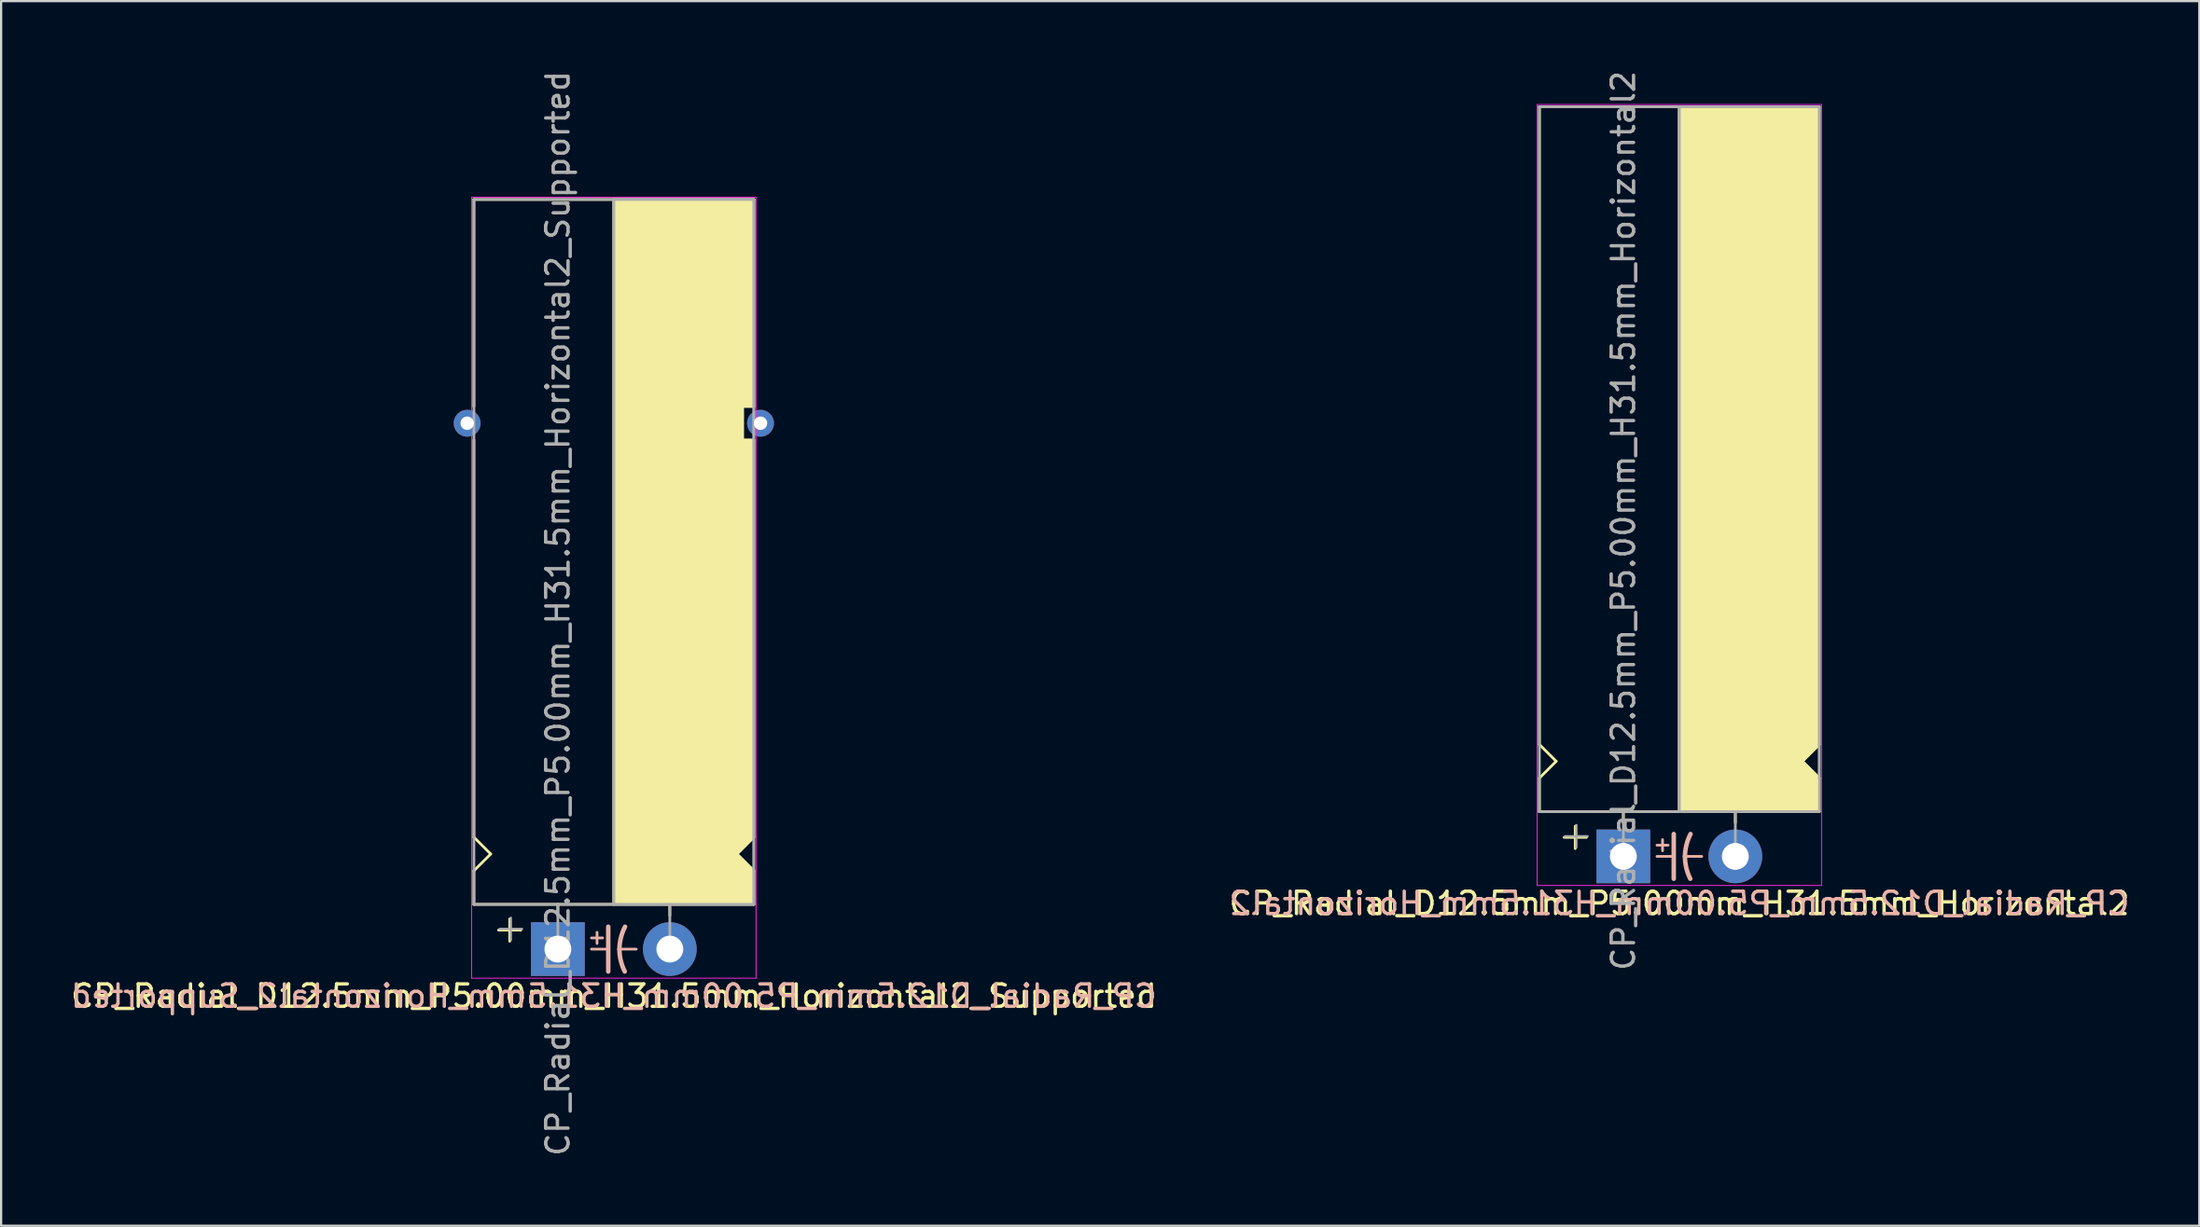
<source format=kicad_pcb>
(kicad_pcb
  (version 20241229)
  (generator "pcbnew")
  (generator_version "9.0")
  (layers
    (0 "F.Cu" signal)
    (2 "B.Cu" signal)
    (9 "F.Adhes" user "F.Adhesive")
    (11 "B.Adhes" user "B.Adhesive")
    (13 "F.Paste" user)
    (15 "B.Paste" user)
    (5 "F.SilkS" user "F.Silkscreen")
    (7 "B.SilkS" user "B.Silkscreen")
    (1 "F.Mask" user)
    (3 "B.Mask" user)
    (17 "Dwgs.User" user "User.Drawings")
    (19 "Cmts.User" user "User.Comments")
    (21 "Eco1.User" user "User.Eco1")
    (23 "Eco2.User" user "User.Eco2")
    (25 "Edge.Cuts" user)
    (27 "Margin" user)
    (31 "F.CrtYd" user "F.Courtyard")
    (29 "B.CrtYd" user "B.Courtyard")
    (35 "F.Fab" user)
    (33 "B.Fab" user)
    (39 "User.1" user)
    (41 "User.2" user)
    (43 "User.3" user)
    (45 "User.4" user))
  (footprint "CP_Radial_D12.5mm_P5.00mm_H31.5mm_Horizontal2"
    (layer "F.Cu")
    (at 69.446 35.22)
    (property "Reference" "CP_Radial_D12.5mm_P5.00mm_H31.5mm_Horizontal2" (at 2.5 2.1 180) (layer "F.SilkS") (effects (font (size 1 1) (thickness 0.15))))
    (fp_line (start -3.75 -5) (end -3.75 -33.5) (stroke (width 0.12) (type solid)) (layer "F.SilkS"))
    (fp_line (start -3.75 -3.5) (end -3 -4.25) (stroke (width 0.12) (type solid)) (layer "F.SilkS"))
    (fp_line (start -3.75 -2) (end -3.75 -3.5) (stroke (width 0.12) (type solid)) (layer "F.SilkS"))
    (fp_line (start -3 -4.25) (end -3.75 -5) (stroke (width 0.12) (type solid)) (layer "F.SilkS"))
    (fp_line (start -2.15 -1.35) (end -2.15 -0.35) (stroke (width 0.12) (type solid)) (layer "F.SilkS"))
    (fp_line (start -1.65 -0.85) (end -2.65 -0.85) (stroke (width 0.12) (type solid)) (layer "F.SilkS"))
    (fp_line (start 0 -1.5) (end 0 -2) (stroke (width 0.12) (type solid)) (layer "F.SilkS"))
    (fp_line (start 2.5 -2) (end -3.75 -2) (stroke (width 0.12) (type solid)) (layer "F.SilkS"))
    (fp_line (start 2.5 -2) (end 2.5 -33.5) (stroke (width 0.12) (type solid)) (layer "F.SilkS"))
    (fp_line (start 2.5 -2) (end 8.75 -2) (stroke (width 0.12) (type solid)) (layer "F.SilkS"))
    (fp_line (start 5 -1.5) (end 5 -2) (stroke (width 0.12) (type solid)) (layer "F.SilkS"))
    (fp_line (start 8 -4.25) (end 8.75 -5) (stroke (width 0.12) (type solid)) (layer "F.SilkS"))
    (fp_line (start 8.75 -33.5) (end -3.75 -33.5) (stroke (width 0.12) (type solid)) (layer "F.SilkS"))
    (fp_line (start 8.75 -5) (end 8.75 -33.5) (stroke (width 0.12) (type solid)) (layer "F.SilkS"))
    (fp_line (start 8.75 -3.5) (end 8 -4.25) (stroke (width 0.12) (type solid)) (layer "F.SilkS"))
    (fp_line (start 8.75 -2) (end 8.75 -3.5) (stroke (width 0.12) (type solid)) (layer "F.SilkS"))
    (fp_poly (pts (xy 8.75 -3.5) (xy 8 -4.25) (xy 8.75 -5) (xy 8.75 -33.5) (xy 2.5 -33.5) (xy 2.5 -2) (xy 8.75 -2)) (stroke (width 0.1) (type solid)) (fill yes) (layer "F.SilkS"))
    (fp_line (start 1.5 -0.5) (end 2 -0.5) (stroke (width 0.12) (type solid)) (layer "B.SilkS"))
    (fp_line (start 1.5 0) (end 2.25 0) (stroke (width 0.12) (type solid)) (layer "B.SilkS"))
    (fp_line (start 1.75 -0.75) (end 1.75 -0.25) (stroke (width 0.12) (type solid)) (layer "B.SilkS"))
    (fp_line (start 2.25 1) (end 2.25 -1) (stroke (width 0.2) (type solid)) (layer "B.SilkS"))
    (fp_line (start 3.5 0) (end 2.75 0) (stroke (width 0.12) (type solid)) (layer "B.SilkS"))
    (fp_arc (start 2.75 0) (mid 2.816707 -0.514573) (end 3 -1) (stroke (width 0.2) (type solid)) (layer "B.SilkS"))
    (fp_arc (start 2.987539 1) (mid 2.810247 0.513901) (end 2.75 0) (stroke (width 0.2) (type solid)) (layer "B.SilkS"))
    (fp_line (start -3.85 -33.6) (end -3.85 1.3) (stroke (width 0.04) (type solid)) (layer "F.CrtYd"))
    (fp_line (start 8.85 -33.6) (end -3.85 -33.6) (stroke (width 0.04) (type solid)) (layer "F.CrtYd"))
    (fp_line (start 8.85 1.3) (end -3.85 1.3) (stroke (width 0.04) (type solid)) (layer "F.CrtYd"))
    (fp_line (start 8.85 1.3) (end 8.85 -33.6) (stroke (width 0.04) (type solid)) (layer "F.CrtYd"))
    (fp_line (start -3.75 -33.5) (end 8.75 -33.5) (stroke (width 0.12) (type solid)) (layer "F.Fab"))
    (fp_line (start -3.75 -2) (end -3.75 -33.5) (stroke (width 0.12) (type solid)) (layer "F.Fab"))
    (fp_line (start -2.6 -0.9) (end -1.6 -0.9) (stroke (width 0.1) (type solid)) (layer "F.Fab"))
    (fp_line (start -2.1 -0.4) (end -2.1 -1.4) (stroke (width 0.1) (type solid)) (layer "F.Fab"))
    (fp_line (start 0 -2) (end -3.75 -2) (stroke (width 0.12) (type solid)) (layer "F.Fab"))
    (fp_line (start 0 0) (end 0 -2) (stroke (width 0.12) (type solid)) (layer "F.Fab"))
    (fp_line (start 2.5 -2) (end 2.5 -33.5) (stroke (width 0.12) (type solid)) (layer "F.Fab"))
    (fp_line (start 5 -2) (end 5 0) (stroke (width 0.12) (type solid)) (layer "F.Fab"))
    (fp_line (start 8.75 -33.5) (end 8.75 -3.5) (stroke (width 0.12) (type solid)) (layer "F.Fab"))
    (fp_line (start 8.75 -2) (end 0 -2) (stroke (width 0.12) (type solid)) (layer "F.Fab"))
    (fp_poly (pts (xy 8.75 -33.5) (xy 2.5 -33.5) (xy 2.5 -2) (xy 8.75 -2)) (stroke (width 0.1) (type solid)) (fill no) (layer "F.Fab"))
    (fp_text user "${REFERENCE}" (at 2.5 2.1 0) (layer "B.SilkS") (effects (font (size 1 1) (thickness 0.15)) (justify mirror)))
    (fp_text user "${REFERENCE}" (at 0 -15 90) (layer "F.Fab") (effects (font (size 1 1) (thickness 0.15))))
    (pad "1" thru_hole rect (at 0 0) (size 2.4 2.4) (drill 1.2) (layers "*.Cu" "*.Mask"))
    (pad "2" thru_hole circle (at 5 0) (size 2.4 2.4) (drill 1.2) (layers "*.Cu" "*.Mask")))
  (footprint "CP_Radial_D12.5mm_P5.00mm_H31.5mm_Horizontal2_Supported"
    (layer "F.Cu")
    (at 21.863 39.363)
    (property "Reference" "CP_Radial_D12.5mm_P5.00mm_H31.5mm_Horizontal2_Supported" (at 2.5 2.1 180) (layer "F.SilkS") (effects (font (size 1 1) (thickness 0.15))))
    (fp_line (start -3.75 -33.5) (end -3.75 -24.25) (stroke (width 0.12) (type solid)) (layer "F.SilkS"))
    (fp_line (start -3.75 -5) (end -3.75 -22.75) (stroke (width 0.12) (type solid)) (layer "F.SilkS"))
    (fp_line (start -3.75 -3.5) (end -3 -4.25) (stroke (width 0.12) (type solid)) (layer "F.SilkS"))
    (fp_line (start -3.75 -2) (end -3.75 -3.5) (stroke (width 0.12) (type solid)) (layer "F.SilkS"))
    (fp_line (start -3 -4.25) (end -3.75 -5) (stroke (width 0.12) (type solid)) (layer "F.SilkS"))
    (fp_line (start -2.15 -1.35) (end -2.15 -0.35) (stroke (width 0.12) (type solid)) (layer "F.SilkS"))
    (fp_line (start -1.65 -0.85) (end -2.65 -0.85) (stroke (width 0.12) (type solid)) (layer "F.SilkS"))
    (fp_line (start 0 -1.5) (end 0 -2) (stroke (width 0.12) (type solid)) (layer "F.SilkS"))
    (fp_line (start 2.5 -2) (end -3.75 -2) (stroke (width 0.12) (type solid)) (layer "F.SilkS"))
    (fp_line (start 2.5 -2) (end 2.5 -33.5) (stroke (width 0.12) (type solid)) (layer "F.SilkS"))
    (fp_line (start 2.5 -2) (end 8.75 -2) (stroke (width 0.12) (type solid)) (layer "F.SilkS"))
    (fp_line (start 5 -1.5) (end 5 -2) (stroke (width 0.12) (type solid)) (layer "F.SilkS"))
    (fp_line (start 8 -4.25) (end 8.75 -5) (stroke (width 0.12) (type solid)) (layer "F.SilkS"))
    (fp_line (start 8.25 -24.25) (end 8.25 -22.75) (stroke (width 0.12) (type solid)) (layer "F.SilkS"))
    (fp_line (start 8.25 -22.75) (end 8.75 -22.75) (stroke (width 0.12) (type solid)) (layer "F.SilkS"))
    (fp_line (start 8.75 -33.5) (end -3.75 -33.5) (stroke (width 0.12) (type solid)) (layer "F.SilkS"))
    (fp_line (start 8.75 -33.5) (end 8.75 -24.25) (stroke (width 0.12) (type solid)) (layer "F.SilkS"))
    (fp_line (start 8.75 -24.25) (end 8.25 -24.25) (stroke (width 0.12) (type solid)) (layer "F.SilkS"))
    (fp_line (start 8.75 -5) (end 8.75 -22.75) (stroke (width 0.12) (type solid)) (layer "F.SilkS"))
    (fp_line (start 8.75 -3.5) (end 8 -4.25) (stroke (width 0.12) (type solid)) (layer "F.SilkS"))
    (fp_line (start 8.75 -2) (end 8.75 -3.5) (stroke (width 0.12) (type solid)) (layer "F.SilkS"))
    (fp_poly (pts (xy 8.75 -3.5) (xy 8 -4.25) (xy 8.75 -5) (xy 8.75 -22.75) (xy 8.25 -22.75) (xy 8.25 -24.25) (xy 8.75 -24.25) (xy 8.75 -33.5) (xy 2.5 -33.5) (xy 2.5 -2) (xy 8.75 -2)) (stroke (width 0.1) (type solid)) (fill yes) (layer "F.SilkS"))
    (fp_line (start 1.5 -0.5) (end 2 -0.5) (stroke (width 0.12) (type solid)) (layer "B.SilkS"))
    (fp_line (start 1.5 0) (end 2.25 0) (stroke (width 0.12) (type solid)) (layer "B.SilkS"))
    (fp_line (start 1.75 -0.75) (end 1.75 -0.25) (stroke (width 0.12) (type solid)) (layer "B.SilkS"))
    (fp_line (start 2.25 1) (end 2.25 -1) (stroke (width 0.2) (type solid)) (layer "B.SilkS"))
    (fp_line (start 3.5 0) (end 2.75 0) (stroke (width 0.12) (type solid)) (layer "B.SilkS"))
    (fp_arc (start 2.75 0) (mid 2.816707 -0.514573) (end 3 -1) (stroke (width 0.2) (type solid)) (layer "B.SilkS"))
    (fp_arc (start 2.987539 1) (mid 2.810247 0.513901) (end 2.75 0) (stroke (width 0.2) (type solid)) (layer "B.SilkS"))
    (fp_line (start -3.85 -33.6) (end -3.85 1.3) (stroke (width 0.04) (type solid)) (layer "F.CrtYd"))
    (fp_line (start 8.85 -33.6) (end -3.85 -33.6) (stroke (width 0.04) (type solid)) (layer "F.CrtYd"))
    (fp_line (start 8.85 1.3) (end -3.85 1.3) (stroke (width 0.04) (type solid)) (layer "F.CrtYd"))
    (fp_line (start 8.85 1.3) (end 8.85 -33.6) (stroke (width 0.04) (type solid)) (layer "F.CrtYd"))
    (fp_line (start -3.75 -33.5) (end 8.75 -33.5) (stroke (width 0.12) (type solid)) (layer "F.Fab"))
    (fp_line (start -3.75 -2) (end -3.75 -33.5) (stroke (width 0.12) (type solid)) (layer "F.Fab"))
    (fp_line (start -2.6 -0.9) (end -1.6 -0.9) (stroke (width 0.1) (type solid)) (layer "F.Fab"))
    (fp_line (start -2.1 -0.4) (end -2.1 -1.4) (stroke (width 0.1) (type solid)) (layer "F.Fab"))
    (fp_line (start 0 -2) (end -3.75 -2) (stroke (width 0.12) (type solid)) (layer "F.Fab"))
    (fp_line (start 0 0) (end 0 -2) (stroke (width 0.12) (type solid)) (layer "F.Fab"))
    (fp_line (start 2.5 -2) (end 2.5 -33.5) (stroke (width 0.12) (type solid)) (layer "F.Fab"))
    (fp_line (start 5 -2) (end 5 0) (stroke (width 0.12) (type solid)) (layer "F.Fab"))
    (fp_line (start 8.75 -33.5) (end 8.75 -2) (stroke (width 0.12) (type solid)) (layer "F.Fab"))
    (fp_line (start 8.75 -2) (end 0 -2) (stroke (width 0.12) (type solid)) (layer "F.Fab"))
    (fp_poly (pts (xy 8.75 -33.5) (xy 2.5 -33.5) (xy 2.5 -2) (xy 8.75 -2)) (stroke (width 0.1) (type solid)) (fill no) (layer "F.Fab"))
    (fp_text user "${REFERENCE}" (at 2.5 2.1 0) (layer "B.SilkS") (effects (font (size 1 1) (thickness 0.15)) (justify mirror)))
    (fp_text user "${REFERENCE}" (at 0 -15 90) (layer "F.Fab") (effects (font (size 1 1) (thickness 0.15))))
    (pad "1" thru_hole rect (at 0 0) (size 2.4 2.4) (drill 1.2) (layers "*.Cu" "*.Mask"))
    (pad "2" thru_hole circle (at 5 0) (size 2.4 2.4) (drill 1.2) (layers "*.Cu" "*.Mask"))
    (pad "~" thru_hole circle (at -4.05 -23.5 180) (size 1.2 1.2) (drill 0.6) (layers "*.Cu" "*.Mask"))
    (pad "~" thru_hole circle (at 9.05 -23.5 180) (size 1.2 1.2) (drill 0.6) (layers "*.Cu" "*.Mask")))
  (gr_rect
    (start -3 -3)
    (end 95.167 51.726)
    (stroke (width 0.1) (type default))
    (fill no)
    (layer "Edge.Cuts")))
</source>
